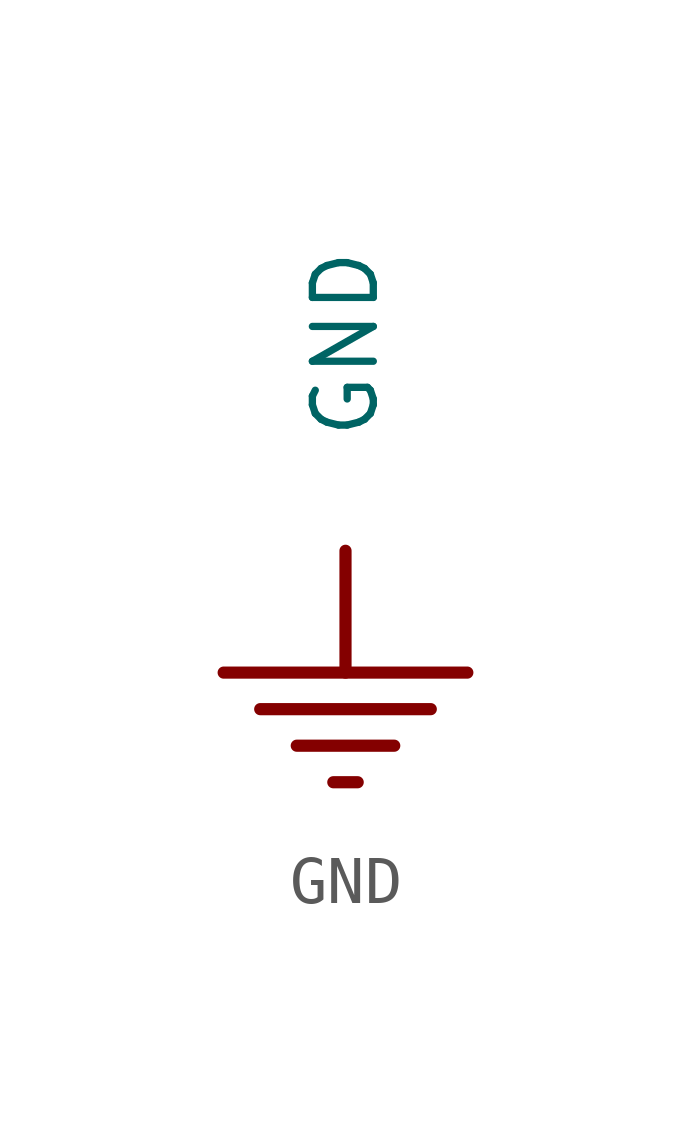
<source format=kicad_sym>
(kicad_symbol_lib
  (version 20211014)
  (generator kicad_symbol_editor)
  (symbol "GND"
    (power)
    (property "Reference" "#PWR04"
      (at 0 0 0)
      (effects (font (size 1.27 1.27)) hide))
    (property "Value" "GND"
      (at 0 6.35 90)
      (effects (font (size 1.27 1.27)) (justify right)))
    (symbol "GND_0_0"
      (polyline (pts (xy -2.54 -2.54) (xy 2.54 -2.54)) (stroke (width 0.254) (type default) (color 0 0 0 0)) (fill (type none)))
      (polyline (pts (xy -1.778 -3.302) (xy 1.778 -3.302)) (stroke (width 0.254) (type default) (color 0 0 0 0)) (fill (type none)))
      (polyline (pts (xy -1.016 -4.064) (xy 1.016 -4.064)) (stroke (width 0.254) (type default) (color 0 0 0 0)) (fill (type none)))
      (polyline (pts (xy -0.254 -4.826) (xy 0.254 -4.826)) (stroke (width 0.254) (type default) (color 0 0 0 0)) (fill (type none)))
      (polyline (pts (xy 0 0) (xy 0 -2.54)) (stroke (width 0.254) (type default) (color 0 0 0 0)) (fill (type none)))
      (pin power_in line (at 0 0 0) (length 0) hide (name "GND" (effects (font (size 1.27 1.27)))) (number "" (effects (font (size 1.27 1.27))))))))
</source>
